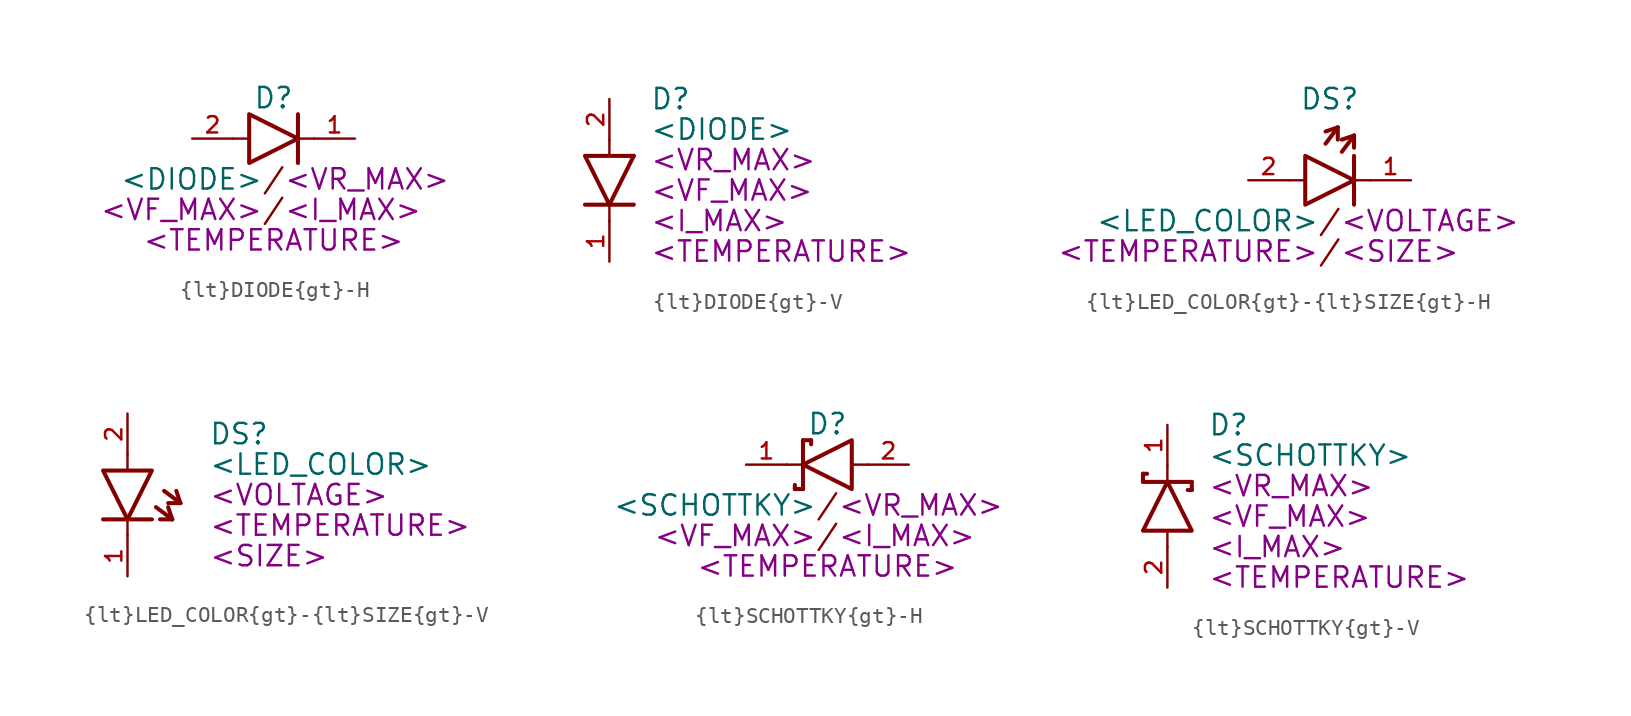
<source format=kicad_sym>
(kicad_symbol_lib
  (version 20231120)
  (generator "kicad_symbol_editor")
  (generator_version "8.0")
  (symbol "{lt}DIODE{gt}-H"
    (pin_names
      (offset 1.016))
    (property "Reference" "D"
      (at 0 2.54 0)
      (effects (font (size 1.27 1.27))))
    (property "Value" "<DIODE>"
      (at -0.635 -2.54 0)
      (effects (font (size 1.27 1.27)) (justify right)))
    (property "VR_MAX" "<VR_MAX>"
      (at 0.635 -2.54 0)
      (effects (font (size 1.27 1.27)) (justify left)))
    (property "VF_MAX" "<VF_MAX>"
      (at -0.635 -4.445 0)
      (effects (font (size 1.27 1.27)) (justify right)))
    (property "I_MAX" "<I_MAX>"
      (at 0.635 -4.445 0)
      (effects (font (size 1.27 1.27)) (justify left)))
    (property "TEMPERATURE" "<TEMPERATURE>"
      (at 0 -6.35 0)
      (effects (font (size 1.27 1.27))))
    (symbol "{lt}DIODE{gt}-H_0_0"
      (polyline (pts (xy 1.524 0) (xy 1.524 -1.524)) (stroke (width 0.254) (type default)) (fill (type none)))
      (polyline (pts (xy 1.524 0) (xy 1.524 1.524)) (stroke (width 0.254) (type default)) (fill (type none)))
      (text "/" (at 0 -4.445 0) (effects (font (size 1.27 1.27))))
      (text "/" (at 0 -2.54 0) (effects (font (size 1.27 1.27))))
      (pin output line (at 5.08 0 180) (length 2.54) (name "~" (effects (font (size 1.016 1.016)))) (number "1" (effects (font (size 1.016 1.016)))))
      (pin input line (at -5.08 0 0) (length 2.54) (name "~" (effects (font (size 1.016 1.016)))) (number "2" (effects (font (size 1.016 1.016))))))
    (symbol "{lt}DIODE{gt}-H_1_0"
      (polyline (pts (xy -2.54 0) (xy -1.524 0)) (stroke (width 0.152) (type default)) (fill (type none)))
      (polyline (pts (xy 2.54 0) (xy 1.524 0)) (stroke (width 0.152) (type default)) (fill (type none)))
      (polyline (pts (xy -1.524 1.524) (xy -1.524 -1.524) (xy 1.524 0) (xy -1.524 1.524)) (stroke (width 0.254) (type solid)) (fill (type none)))))
  (symbol "{lt}DIODE{gt}-V"
    (pin_names
      (offset 1.016))
    (property "Reference" "D"
      (at 2.54 5.08 0)
      (effects (font (size 1.27 1.27)) (justify left)))
    (property "Value" "<DIODE>"
      (at 2.54 3.175 0)
      (effects (font (size 1.27 1.27)) (justify left)))
    (property "VR_MAX" "<VR_MAX>"
      (at 2.54 1.27 0)
      (effects (font (size 1.27 1.27)) (justify left)))
    (property "VF_MAX" "<VF_MAX>"
      (at 2.54 -0.635 0)
      (effects (font (size 1.27 1.27)) (justify left)))
    (property "I_MAX" "<I_MAX>"
      (at 2.54 -2.54 0)
      (effects (font (size 1.27 1.27)) (justify left)))
    (property "TEMPERATURE" "<TEMPERATURE>"
      (at 2.54 -4.445 0)
      (effects (font (size 1.27 1.27)) (justify left)))
    (symbol "{lt}DIODE{gt}-V_0_0"
      (polyline (pts (xy 0 -1.524) (xy -1.524 -1.524)) (stroke (width 0.254) (type default)) (fill (type none)))
      (polyline (pts (xy 0 -1.524) (xy 1.524 -1.524)) (stroke (width 0.254) (type default)) (fill (type none)))
      (pin input line (at 0 -5.08 90) (length 2.54) (name "~" (effects (font (size 1.016 1.016)))) (number "1" (effects (font (size 1.016 1.016)))))
      (pin input line (at 0 5.08 270) (length 2.54) (name "~" (effects (font (size 1.016 1.016)))) (number "2" (effects (font (size 1.016 1.016))))))
    (symbol "{lt}DIODE{gt}-V_1_0"
      (polyline (pts (xy 0 -2.54) (xy 0 -1.524)) (stroke (width 0.152) (type default)) (fill (type none)))
      (polyline (pts (xy 0 -1.524) (xy 1.524 1.524)) (stroke (width 0.254) (type default)) (fill (type none)))
      (polyline (pts (xy 0 2.54) (xy 0 1.524)) (stroke (width 0.152) (type default)) (fill (type none)))
      (polyline (pts (xy 1.524 1.524) (xy 1.524 1.524)) (stroke (width 0) (type default)) (fill (type none)))
      (polyline (pts (xy 1.524 1.524) (xy -1.524 1.524) (xy 0 -1.524)) (stroke (width 0.254) (type default)) (fill (type none)))))
  (symbol "{lt}LED_COLOR{gt}-{lt}SIZE{gt}-H"
    (pin_names
      (offset 1.016))
    (property "Reference" "DS"
      (at 0 5.08 0)
      (effects (font (size 1.27 1.27))))
    (property "Value" "<LED_COLOR>"
      (at -0.635 -2.54 0)
      (effects (font (size 1.27 1.27)) (justify right)))
    (property "VOLTAGE" "<VOLTAGE>"
      (at 0.635 -2.54 0)
      (effects (font (size 1.27 1.27)) (justify left)))
    (property "SIZE" "<SIZE>"
      (at 0.635 -4.445 0)
      (effects (font (size 1.27 1.27)) (justify left)))
    (property "TEMPERATURE" "<TEMPERATURE>"
      (at -0.635 -4.445 0)
      (effects (font (size 1.27 1.27)) (justify right)))
    (symbol "{lt}LED_COLOR{gt}-{lt}SIZE{gt}-H_0_0"
      (polyline (pts (xy -0.254 2.286) (xy 0.508 3.302)) (stroke (width 0.254) (type default)) (fill (type none)))
      (polyline (pts (xy 0.762 1.778) (xy 1.524 2.794)) (stroke (width 0.254) (type default)) (fill (type none)))
      (polyline (pts (xy 1.524 0) (xy 1.524 -1.524)) (stroke (width 0.254) (type default)) (fill (type none)))
      (polyline (pts (xy 1.524 0) (xy 1.524 1.524)) (stroke (width 0.254) (type default)) (fill (type none)))
      (text "/" (at 0 -4.445 0) (effects (font (size 1.27 1.27))))
      (text "/" (at 0 -2.54 0) (effects (font (size 1.27 1.27))))
      (pin output line (at 5.08 0 180) (length 2.54) (name "~" (effects (font (size 1.016 1.016)))) (number "1" (effects (font (size 1.016 1.016)))))
      (pin input line (at -5.08 0 0) (length 2.54) (name "~" (effects (font (size 1.016 1.016)))) (number "2" (effects (font (size 1.016 1.016))))))
    (symbol "{lt}LED_COLOR{gt}-{lt}SIZE{gt}-H_1_0"
      (polyline (pts (xy -2.54 0) (xy -1.524 0)) (stroke (width 0.152) (type default)) (fill (type none)))
      (polyline (pts (xy 0.508 3.302) (xy -0.254 3.048)) (stroke (width 0.254) (type default)) (fill (type none)))
      (polyline (pts (xy 0.508 3.302) (xy 0.508 2.54)) (stroke (width 0.254) (type default)) (fill (type none)))
      (polyline (pts (xy 1.524 2.794) (xy 0.762 2.54)) (stroke (width 0.254) (type default)) (fill (type none)))
      (polyline (pts (xy 1.524 2.794) (xy 1.524 2.032)) (stroke (width 0.254) (type default)) (fill (type none)))
      (polyline (pts (xy 2.54 0) (xy 1.524 0)) (stroke (width 0.152) (type default)) (fill (type none)))
      (polyline (pts (xy -1.524 1.524) (xy -1.524 -1.524) (xy 1.524 0) (xy -1.524 1.524)) (stroke (width 0.254) (type default)) (fill (type none)))))
  (symbol "{lt}LED_COLOR{gt}-{lt}SIZE{gt}-V"
    (pin_names
      (offset 1.016))
    (property "Reference" "DS"
      (at 5.08 3.81 0)
      (effects (font (size 1.27 1.27)) (justify left)))
    (property "Value" "<LED_COLOR>"
      (at 5.08 1.905 0)
      (effects (font (size 1.27 1.27)) (justify left)))
    (property "VOLTAGE" "<VOLTAGE>"
      (at 5.08 0 0)
      (effects (font (size 1.27 1.27)) (justify left)))
    (property "TEMPERATURE" "<TEMPERATURE>"
      (at 5.08 -1.905 0)
      (effects (font (size 1.27 1.27)) (justify left)))
    (property "SIZE" "<SIZE>"
      (at 5.08 -3.81 0)
      (effects (font (size 1.27 1.27)) (justify left)))
    (symbol "{lt}LED_COLOR{gt}-{lt}SIZE{gt}-V_0_0"
      (polyline (pts (xy 0 -1.524) (xy -1.524 -1.524)) (stroke (width 0.254) (type default)) (fill (type none)))
      (polyline (pts (xy 0 -1.524) (xy 1.524 -1.524)) (stroke (width 0.254) (type default)) (fill (type none)))
      (polyline (pts (xy 1.778 -0.762) (xy 2.794 -1.524)) (stroke (width 0.254) (type default)) (fill (type none)))
      (polyline (pts (xy 2.286 0.254) (xy 3.302 -0.508)) (stroke (width 0.254) (type default)) (fill (type none)))
      (pin output line (at 0 -5.08 90) (length 2.54) (name "~" (effects (font (size 1.016 1.016)))) (number "1" (effects (font (size 1.016 1.016)))))
      (pin input line (at 0 5.08 270) (length 2.54) (name "~" (effects (font (size 1.016 1.016)))) (number "2" (effects (font (size 1.016 1.016))))))
    (symbol "{lt}LED_COLOR{gt}-{lt}SIZE{gt}-V_1_0"
      (polyline (pts (xy 0 -2.54) (xy 0 -1.524)) (stroke (width 0.152) (type default)) (fill (type none)))
      (polyline (pts (xy 0 2.54) (xy 0 1.524)) (stroke (width 0.152) (type default)) (fill (type none)))
      (polyline (pts (xy 2.794 -1.524) (xy 2.032 -1.524)) (stroke (width 0.254) (type default)) (fill (type none)))
      (polyline (pts (xy 2.794 -1.524) (xy 2.54 -0.762)) (stroke (width 0.254) (type default)) (fill (type none)))
      (polyline (pts (xy 3.302 -0.508) (xy 2.54 -0.508)) (stroke (width 0.254) (type default)) (fill (type none)))
      (polyline (pts (xy 3.302 -0.508) (xy 3.048 0.254)) (stroke (width 0.254) (type default)) (fill (type none)))
      (polyline (pts (xy -1.524 1.524) (xy 1.524 1.524) (xy 0 -1.524) (xy -1.524 1.524)) (stroke (width 0.254) (type default)) (fill (type none)))))
  (symbol "{lt}SCHOTTKY{gt}-H"
    (pin_names
      (offset 1.016))
    (property "Reference" "D"
      (at 0 2.54 0)
      (effects (font (size 1.27 1.27))))
    (property "Value" "<SCHOTTKY>"
      (at -0.635 -2.54 0)
      (effects (font (size 1.27 1.27)) (justify right)))
    (property "VR_MAX" "<VR_MAX>"
      (at 0.635 -2.54 0)
      (effects (font (size 1.27 1.27)) (justify left)))
    (property "VF_MAX" "<VF_MAX>"
      (at -0.635 -4.445 0)
      (effects (font (size 1.27 1.27)) (justify right)))
    (property "I_MAX" "<I_MAX>"
      (at 0.635 -4.445 0)
      (effects (font (size 1.27 1.27)) (justify left)))
    (property "TEMPERATURE" "<TEMPERATURE>"
      (at 0 -6.35 0)
      (effects (font (size 1.27 1.27))))
    (symbol "{lt}SCHOTTKY{gt}-H_0_0"
      (polyline (pts (xy -2.032 -1.524) (xy -2.032 -1.27)) (stroke (width 0.254) (type default)) (fill (type none)))
      (polyline (pts (xy -1.524 -1.524) (xy -2.032 -1.524)) (stroke (width 0.254) (type default)) (fill (type none)))
      (polyline (pts (xy -1.524 0) (xy -1.524 -1.524)) (stroke (width 0.254) (type default)) (fill (type none)))
      (polyline (pts (xy -1.524 0) (xy -1.524 1.524)) (stroke (width 0.254) (type default)) (fill (type none)))
      (polyline (pts (xy -1.524 1.524) (xy -1.016 1.524)) (stroke (width 0.254) (type default)) (fill (type none)))
      (polyline (pts (xy -1.016 1.524) (xy -1.016 1.27)) (stroke (width 0.254) (type default)) (fill (type none)))
      (text "/" (at 0 -4.445 0) (effects (font (size 1.27 1.27))))
      (text "/" (at 0 -2.54 0) (effects (font (size 1.27 1.27))))
      (pin input line (at -5.08 0 0) (length 2.54) (name "~" (effects (font (size 1.016 1.016)))) (number "1" (effects (font (size 1.016 1.016)))))
      (pin output line (at 5.08 0 180) (length 2.54) (name "~" (effects (font (size 1.016 1.016)))) (number "2" (effects (font (size 1.016 1.016))))))
    (symbol "{lt}SCHOTTKY{gt}-H_1_0"
      (polyline (pts (xy -2.54 0) (xy -1.524 0)) (stroke (width 0.152) (type default)) (fill (type none)))
      (polyline (pts (xy 2.54 0) (xy 1.524 0)) (stroke (width 0.152) (type default)) (fill (type none)))
      (polyline (pts (xy 1.524 1.524) (xy 1.524 -1.524) (xy -1.524 0) (xy 1.524 1.524)) (stroke (width 0.254) (type default)) (fill (type none)))))
  (symbol "{lt}SCHOTTKY{gt}-V"
    (pin_names
      (offset 1.016))
    (property "Reference" "D"
      (at 2.54 5.08 0)
      (effects (font (size 1.27 1.27)) (justify left)))
    (property "Value" "<SCHOTTKY>"
      (at 2.54 3.175 0)
      (effects (font (size 1.27 1.27)) (justify left)))
    (property "VR_MAX" "<VR_MAX>"
      (at 2.54 1.27 0)
      (effects (font (size 1.27 1.27)) (justify left)))
    (property "VF_MAX" "<VF_MAX>"
      (at 2.54 -0.635 0)
      (effects (font (size 1.27 1.27)) (justify left)))
    (property "I_MAX" "<I_MAX>"
      (at 2.54 -2.54 0)
      (effects (font (size 1.27 1.27)) (justify left)))
    (property "TEMPERATURE" "<TEMPERATURE>"
      (at 2.54 -4.445 0)
      (effects (font (size 1.27 1.27)) (justify left)))
    (symbol "{lt}SCHOTTKY{gt}-V_0_0"
      (polyline (pts (xy -1.524 1.524) (xy -1.524 2.032)) (stroke (width 0.254) (type default)) (fill (type none)))
      (polyline (pts (xy -1.524 2.032) (xy -1.27 2.032)) (stroke (width 0.254) (type default)) (fill (type none)))
      (polyline (pts (xy 0 1.524) (xy -1.524 1.524)) (stroke (width 0.254) (type default)) (fill (type none)))
      (polyline (pts (xy 0 1.524) (xy 1.524 1.524)) (stroke (width 0.254) (type default)) (fill (type none)))
      (polyline (pts (xy 1.524 1.016) (xy 1.27 1.016)) (stroke (width 0.254) (type default)) (fill (type none)))
      (polyline (pts (xy 1.524 1.524) (xy 1.524 1.016)) (stroke (width 0.254) (type default)) (fill (type none)))
      (pin output line (at 0 5.08 270) (length 2.54) (name "~" (effects (font (size 1.016 1.016)))) (number "1" (effects (font (size 1.016 1.016)))))
      (pin input line (at 0 -5.08 90) (length 2.54) (name "~" (effects (font (size 1.016 1.016)))) (number "2" (effects (font (size 1.016 1.016))))))
    (symbol "{lt}SCHOTTKY{gt}-V_1_0"
      (polyline (pts (xy 0 -2.54) (xy 0 -1.524)) (stroke (width 0.152) (type default)) (fill (type none)))
      (polyline (pts (xy 0 2.54) (xy 0 1.524)) (stroke (width 0.152) (type default)) (fill (type none)))
      (polyline (pts (xy -1.524 -1.524) (xy 1.524 -1.524) (xy 0 1.524) (xy -1.524 -1.524)) (stroke (width 0.254) (type default)) (fill (type none))))))
</source>
